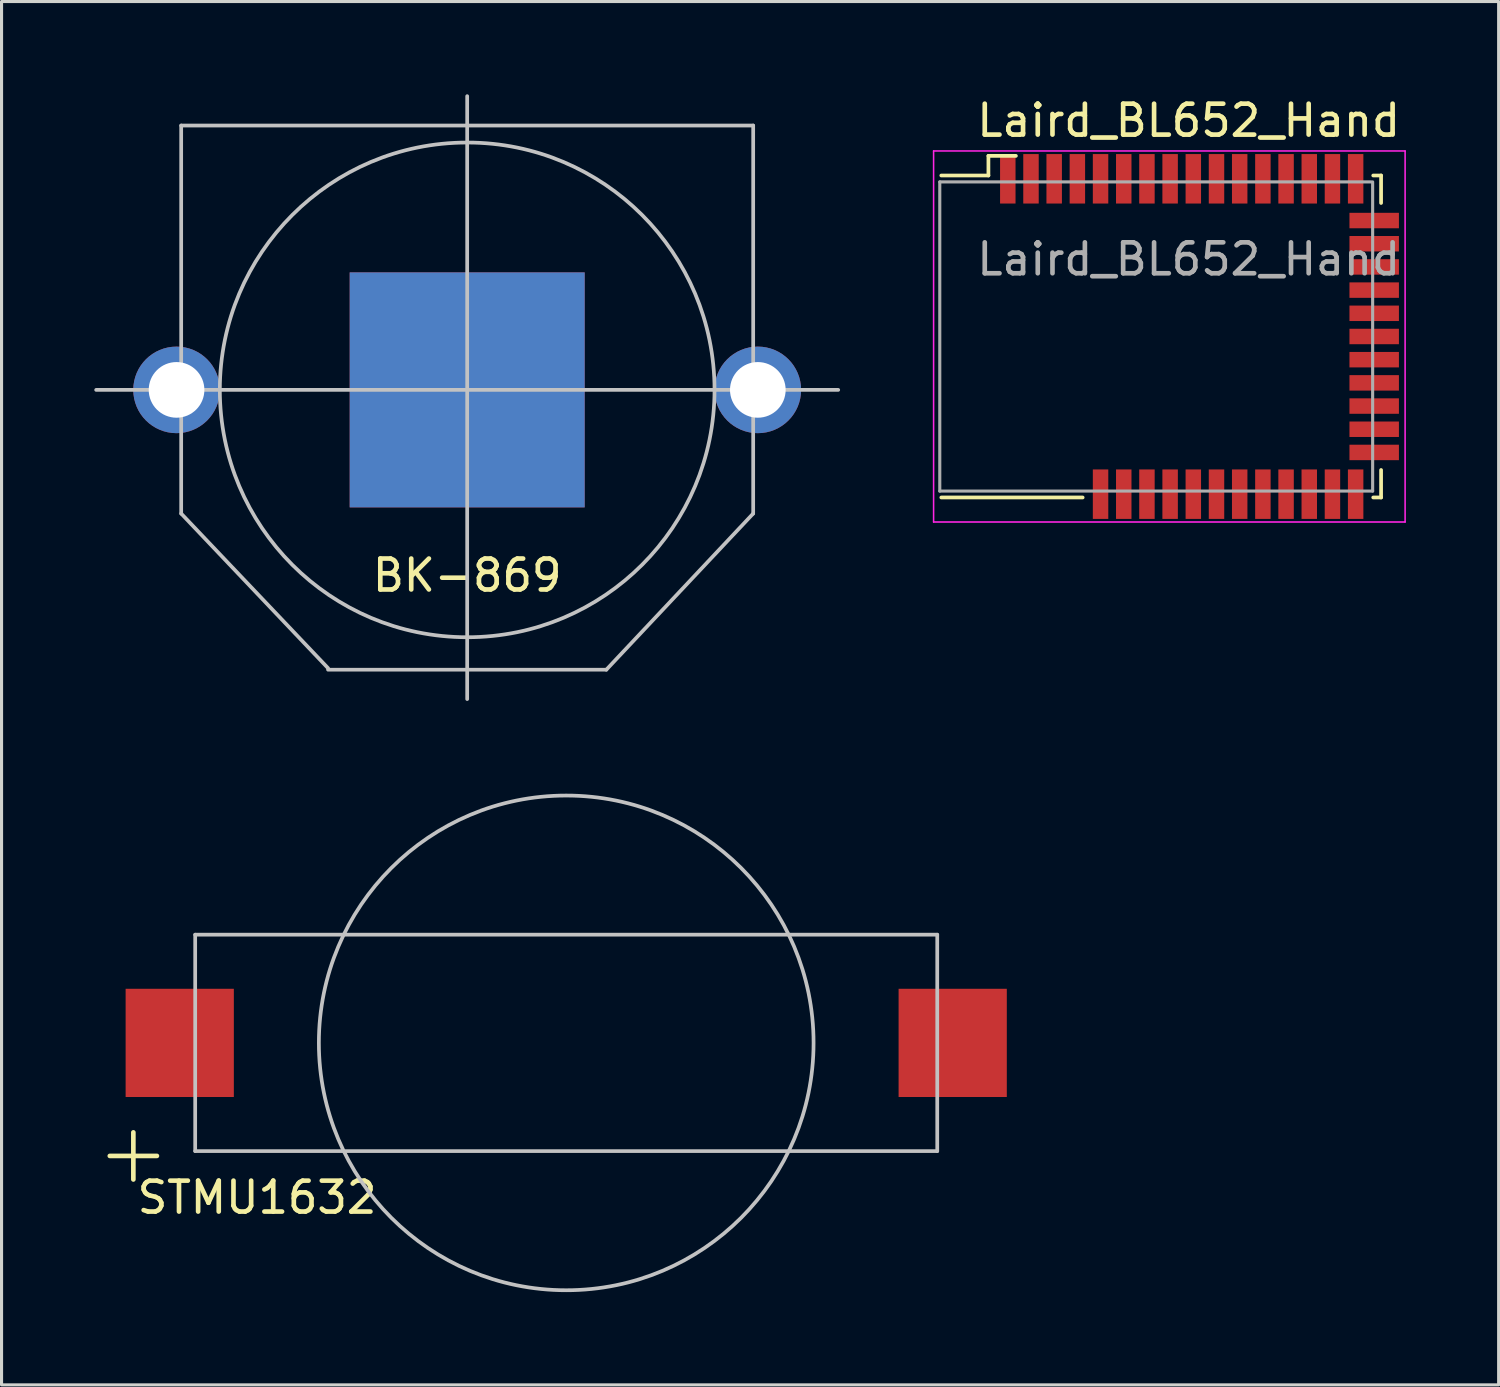
<source format=kicad_pcb>
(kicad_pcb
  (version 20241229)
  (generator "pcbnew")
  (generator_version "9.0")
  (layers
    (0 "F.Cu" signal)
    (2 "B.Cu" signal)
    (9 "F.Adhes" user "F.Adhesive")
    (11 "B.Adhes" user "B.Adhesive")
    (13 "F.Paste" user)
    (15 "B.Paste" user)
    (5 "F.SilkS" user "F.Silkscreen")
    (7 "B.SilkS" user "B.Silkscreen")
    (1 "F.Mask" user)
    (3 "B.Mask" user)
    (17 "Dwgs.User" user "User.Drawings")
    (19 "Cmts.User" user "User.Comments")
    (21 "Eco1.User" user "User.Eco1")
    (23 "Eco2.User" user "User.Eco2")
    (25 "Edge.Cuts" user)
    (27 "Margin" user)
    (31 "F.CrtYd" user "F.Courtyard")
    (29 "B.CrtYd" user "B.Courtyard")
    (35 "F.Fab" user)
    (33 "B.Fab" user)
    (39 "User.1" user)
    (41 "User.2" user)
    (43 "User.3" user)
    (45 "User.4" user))
  (footprint "STMU1632"
    (layer "F.Cu")
    (at 15.263 30.68)
    (property "Reference" "STMU1632" (at -10 5 0) (layer "F.SilkS") (effects (font (size 1 1) (thickness 0.15))))
    (attr through_hole)
    (fp_line (start -12 -3.5) (end -12 3.5) (stroke (width 0.12) (type solid)) (layer "Dwgs.User"))
    (fp_line (start -12 3.5) (end 12 3.5) (stroke (width 0.12) (type solid)) (layer "Dwgs.User"))
    (fp_line (start 12 -3.5) (end -12 -3.5) (stroke (width 0.12) (type solid)) (layer "Dwgs.User"))
    (fp_line (start 12 3.5) (end 12 -3.5) (stroke (width 0.12) (type solid)) (layer "Dwgs.User"))
    (fp_circle (center 0 0) (end 0 8) (stroke (width 0.12) (type solid)) (fill no) (layer "Dwgs.User"))
    (fp_line (start -13.5 0) (end 14 0) (stroke (width 0.12) (type solid)) (layer "Eco2.User"))
    (fp_line (start -12.5 -1) (end -12.5 1) (stroke (width 0.12) (type solid)) (layer "Eco2.User"))
    (fp_line (start 0 3.5) (end 0 -4.5) (stroke (width 0.12) (type solid)) (layer "Eco2.User"))
    (fp_line (start 12.5 -1) (end 12.5 1) (stroke (width 0.12) (type solid)) (layer "Eco2.User"))
    (fp_text user "+" (at -14 3.5 0) (layer "F.SilkS") (effects (font (size 2 2) (thickness 0.15))))
    (pad "1" smd rect (at -12.5 0) (size 3.5 3.5) (layers "F.Cu" "F.Mask" "F.Paste"))
    (pad "2" smd rect (at 12.5 0) (size 3.5 3.5) (layers "F.Cu" "F.Mask" "F.Paste")))
  (footprint "BK-869"
    (layer "F.Cu")
    (at 12.06 9.56)
    (property "Reference" "BK-869" (at 0 6 0) (layer "F.SilkS") (effects (font (size 1 1) (thickness 0.15))))
    (attr through_hole)
    (fp_line (start -12 0) (end 12 0) (stroke (width 0.12) (type solid)) (layer "Dwgs.User"))
    (fp_line (start -9.25 -8.55) (end -9.25 4) (stroke (width 0.12) (type solid)) (layer "Dwgs.User"))
    (fp_line (start -9.25 4) (end -4.5 9) (stroke (width 0.12) (type solid)) (layer "Dwgs.User"))
    (fp_line (start -4.5 9.05) (end 4.5 9.05) (stroke (width 0.12) (type solid)) (layer "Dwgs.User"))
    (fp_line (start 0 -9.5) (end 0 10) (stroke (width 0.12) (type solid)) (layer "Dwgs.User"))
    (fp_line (start 9.25 -8.55) (end -9.25 -8.55) (stroke (width 0.12) (type solid)) (layer "Dwgs.User"))
    (fp_line (start 9.25 -8.55) (end 9.25 4) (stroke (width 0.12) (type solid)) (layer "Dwgs.User"))
    (fp_line (start 9.25 4) (end 4.5 9.05) (stroke (width 0.12) (type solid)) (layer "Dwgs.User"))
    (fp_circle (center 0 0) (end 0 8) (stroke (width 0.12) (type solid)) (fill no) (layer "Dwgs.User"))
    (pad "1" thru_hole circle (at -9.4 0) (size 2.8 2.8) (drill 1.8) (layers "*.Cu" "*.Mask"))
    (pad "1" thru_hole circle (at 9.4 0) (size 2.8 2.8) (drill 1.8) (layers "*.Cu" "*.Mask"))
    (pad "2" smd rect (at 0 0) (size 7.6 7.6) (layers "F.Cu" "F.Mask" "F.Paste"))
    (pad "2" smd rect (at 0 0) (size 7.6 7.6) (layers "B.Cu" "B.Mask" "B.Paste")))
  (footprint "Laird_BL652_Hand"
    (layer "F.Cu")
    (at 35.395 7.833)
    (property "Reference" "Laird_BL652_Hand" (at 0 -6.985 0) (layer "F.SilkS") (effects (font (size 1 1) (thickness 0.15))))
    (attr smd)
    (fp_line (start -8.001 -5.207) (end -6.477 -5.207) (stroke (width 0.12) (type solid)) (layer "F.SilkS"))
    (fp_line (start -6.477 -5.842) (end -5.588 -5.842) (stroke (width 0.12) (type solid)) (layer "F.SilkS"))
    (fp_line (start -6.477 -5.207) (end -6.477 -5.842) (stroke (width 0.12) (type solid)) (layer "F.SilkS"))
    (fp_line (start -3.429 5.207) (end -8.001 5.207) (stroke (width 0.12) (type solid)) (layer "F.SilkS"))
    (fp_line (start 5.969 -5.207) (end 6.223 -5.207) (stroke (width 0.12) (type solid)) (layer "F.SilkS"))
    (fp_line (start 6.223 -5.207) (end 6.223 -4.318) (stroke (width 0.12) (type solid)) (layer "F.SilkS"))
    (fp_line (start 6.223 5.207) (end 5.969 5.207) (stroke (width 0.12) (type solid)) (layer "F.SilkS"))
    (fp_line (start 6.223 5.207) (end 6.223 4.318) (stroke (width 0.12) (type solid)) (layer "F.SilkS"))
    (fp_line (start -8.25 -6) (end 7 -6) (stroke (width 0.05) (type solid)) (layer "F.CrtYd"))
    (fp_line (start -8.25 6) (end -8.25 -6) (stroke (width 0.05) (type solid)) (layer "F.CrtYd"))
    (fp_line (start 7 -6) (end 7 6) (stroke (width 0.05) (type solid)) (layer "F.CrtYd"))
    (fp_line (start 7 6) (end -8.25 6) (stroke (width 0.05) (type solid)) (layer "F.CrtYd"))
    (fp_line (start -8.05 -5) (end -8.05 5) (stroke (width 0.1) (type solid)) (layer "F.Fab"))
    (fp_line (start -8.05 -5) (end 5.9 -5) (stroke (width 0.1) (type solid)) (layer "F.Fab"))
    (fp_line (start 5.95 -5) (end 5.95 5) (stroke (width 0.1) (type solid)) (layer "F.Fab"))
    (fp_line (start 5.95 5) (end -8.05 5) (stroke (width 0.1) (type solid)) (layer "F.Fab"))
    (fp_text user "${REFERENCE}" (at 0 -2.5 0) (layer "F.Fab") (effects (font (size 1 1) (thickness 0.15))))
    (pad "1" smd rect (at -5.85 -5.1 90) (size 1.6 0.5) (layers "F.Cu" "F.Mask" "F.Paste"))
    (pad "2" smd rect (at -5.1 -5.1 90) (size 1.6 0.5) (layers "F.Cu" "F.Mask" "F.Paste"))
    (pad "3" smd rect (at -4.35 -5.1 90) (size 1.6 0.5) (layers "F.Cu" "F.Mask" "F.Paste"))
    (pad "4" smd rect (at -3.6 -5.1 90) (size 1.6 0.5) (layers "F.Cu" "F.Mask" "F.Paste"))
    (pad "5" smd rect (at -2.85 -5.1 90) (size 1.6 0.5) (layers "F.Cu" "F.Mask" "F.Paste"))
    (pad "6" smd rect (at -2.1 -5.1 90) (size 1.6 0.5) (layers "F.Cu" "F.Mask" "F.Paste"))
    (pad "7" smd rect (at -1.35 -5.1 90) (size 1.6 0.5) (layers "F.Cu" "F.Mask" "F.Paste"))
    (pad "8" smd rect (at -0.6 -5.1 90) (size 1.6 0.5) (layers "F.Cu" "F.Mask" "F.Paste"))
    (pad "9" smd rect (at 0.15 -5.1 90) (size 1.6 0.5) (layers "F.Cu" "F.Mask" "F.Paste"))
    (pad "10" smd rect (at 0.9 -5.1 90) (size 1.6 0.5) (layers "F.Cu" "F.Mask" "F.Paste"))
    (pad "11" smd rect (at 1.65 -5.1 90) (size 1.6 0.5) (layers "F.Cu" "F.Mask" "F.Paste"))
    (pad "12" smd rect (at 2.4 -5.1 90) (size 1.6 0.5) (layers "F.Cu" "F.Mask" "F.Paste"))
    (pad "13" smd rect (at 3.15 -5.1 90) (size 1.6 0.5) (layers "F.Cu" "F.Mask" "F.Paste"))
    (pad "14" smd rect (at 3.9 -5.1 90) (size 1.6 0.5) (layers "F.Cu" "F.Mask" "F.Paste"))
    (pad "15" smd rect (at 4.65 -5.1 90) (size 1.6 0.5) (layers "F.Cu" "F.Mask" "F.Paste"))
    (pad "16" smd rect (at 5.4 -5.1 90) (size 1.6 0.5) (layers "F.Cu" "F.Mask" "F.Paste"))
    (pad "17" smd rect (at 6 -3.75) (size 1.6 0.5) (layers "F.Cu" "F.Mask" "F.Paste"))
    (pad "18" smd rect (at 6 -3) (size 1.6 0.5) (layers "F.Cu" "F.Mask" "F.Paste"))
    (pad "19" smd rect (at 6 -2.25) (size 1.6 0.5) (layers "F.Cu" "F.Mask" "F.Paste"))
    (pad "20" smd rect (at 6 -1.5) (size 1.6 0.5) (layers "F.Cu" "F.Mask" "F.Paste"))
    (pad "21" smd rect (at 6 -0.75) (size 1.6 0.5) (layers "F.Cu" "F.Mask" "F.Paste"))
    (pad "22" smd rect (at 6 0) (size 1.6 0.5) (layers "F.Cu" "F.Mask" "F.Paste"))
    (pad "23" smd rect (at 6 0.75) (size 1.6 0.5) (layers "F.Cu" "F.Mask" "F.Paste"))
    (pad "24" smd rect (at 6 1.5) (size 1.6 0.5) (layers "F.Cu" "F.Mask" "F.Paste"))
    (pad "25" smd rect (at 6 2.25) (size 1.6 0.5) (layers "F.Cu" "F.Mask" "F.Paste"))
    (pad "26" smd rect (at 6 3) (size 1.6 0.5) (layers "F.Cu" "F.Mask" "F.Paste"))
    (pad "27" smd rect (at 6 3.75) (size 1.6 0.5) (layers "F.Cu" "F.Mask" "F.Paste"))
    (pad "28" smd rect (at 5.4 5.1 90) (size 1.6 0.5) (layers "F.Cu" "F.Mask" "F.Paste"))
    (pad "29" smd rect (at 4.65 5.1 90) (size 1.6 0.5) (layers "F.Cu" "F.Mask" "F.Paste"))
    (pad "30" smd rect (at 3.9 5.1 90) (size 1.6 0.5) (layers "F.Cu" "F.Mask" "F.Paste"))
    (pad "31" smd rect (at 3.15 5.1 90) (size 1.6 0.5) (layers "F.Cu" "F.Mask" "F.Paste"))
    (pad "32" smd rect (at 2.4 5.1 90) (size 1.6 0.5) (layers "F.Cu" "F.Mask" "F.Paste"))
    (pad "33" smd rect (at 1.65 5.1 90) (size 1.6 0.5) (layers "F.Cu" "F.Mask" "F.Paste"))
    (pad "34" smd rect (at 0.9 5.1 90) (size 1.6 0.5) (layers "F.Cu" "F.Mask" "F.Paste"))
    (pad "35" smd rect (at 0.15 5.1 90) (size 1.6 0.5) (layers "F.Cu" "F.Mask" "F.Paste"))
    (pad "36" smd rect (at -0.6 5.1 90) (size 1.6 0.5) (layers "F.Cu" "F.Mask" "F.Paste"))
    (pad "37" smd rect (at -1.35 5.1 90) (size 1.6 0.5) (layers "F.Cu" "F.Mask" "F.Paste"))
    (pad "38" smd rect (at -2.1 5.1 90) (size 1.6 0.5) (layers "F.Cu" "F.Mask" "F.Paste"))
    (pad "39" smd rect (at -2.85 5.1 90) (size 1.6 0.5) (layers "F.Cu" "F.Mask" "F.Paste")))
  (gr_rect
    (start -3 -3)
    (end 45.42 41.74)
    (stroke (width 0.1) (type default))
    (fill no)
    (layer "Edge.Cuts")))
</source>
